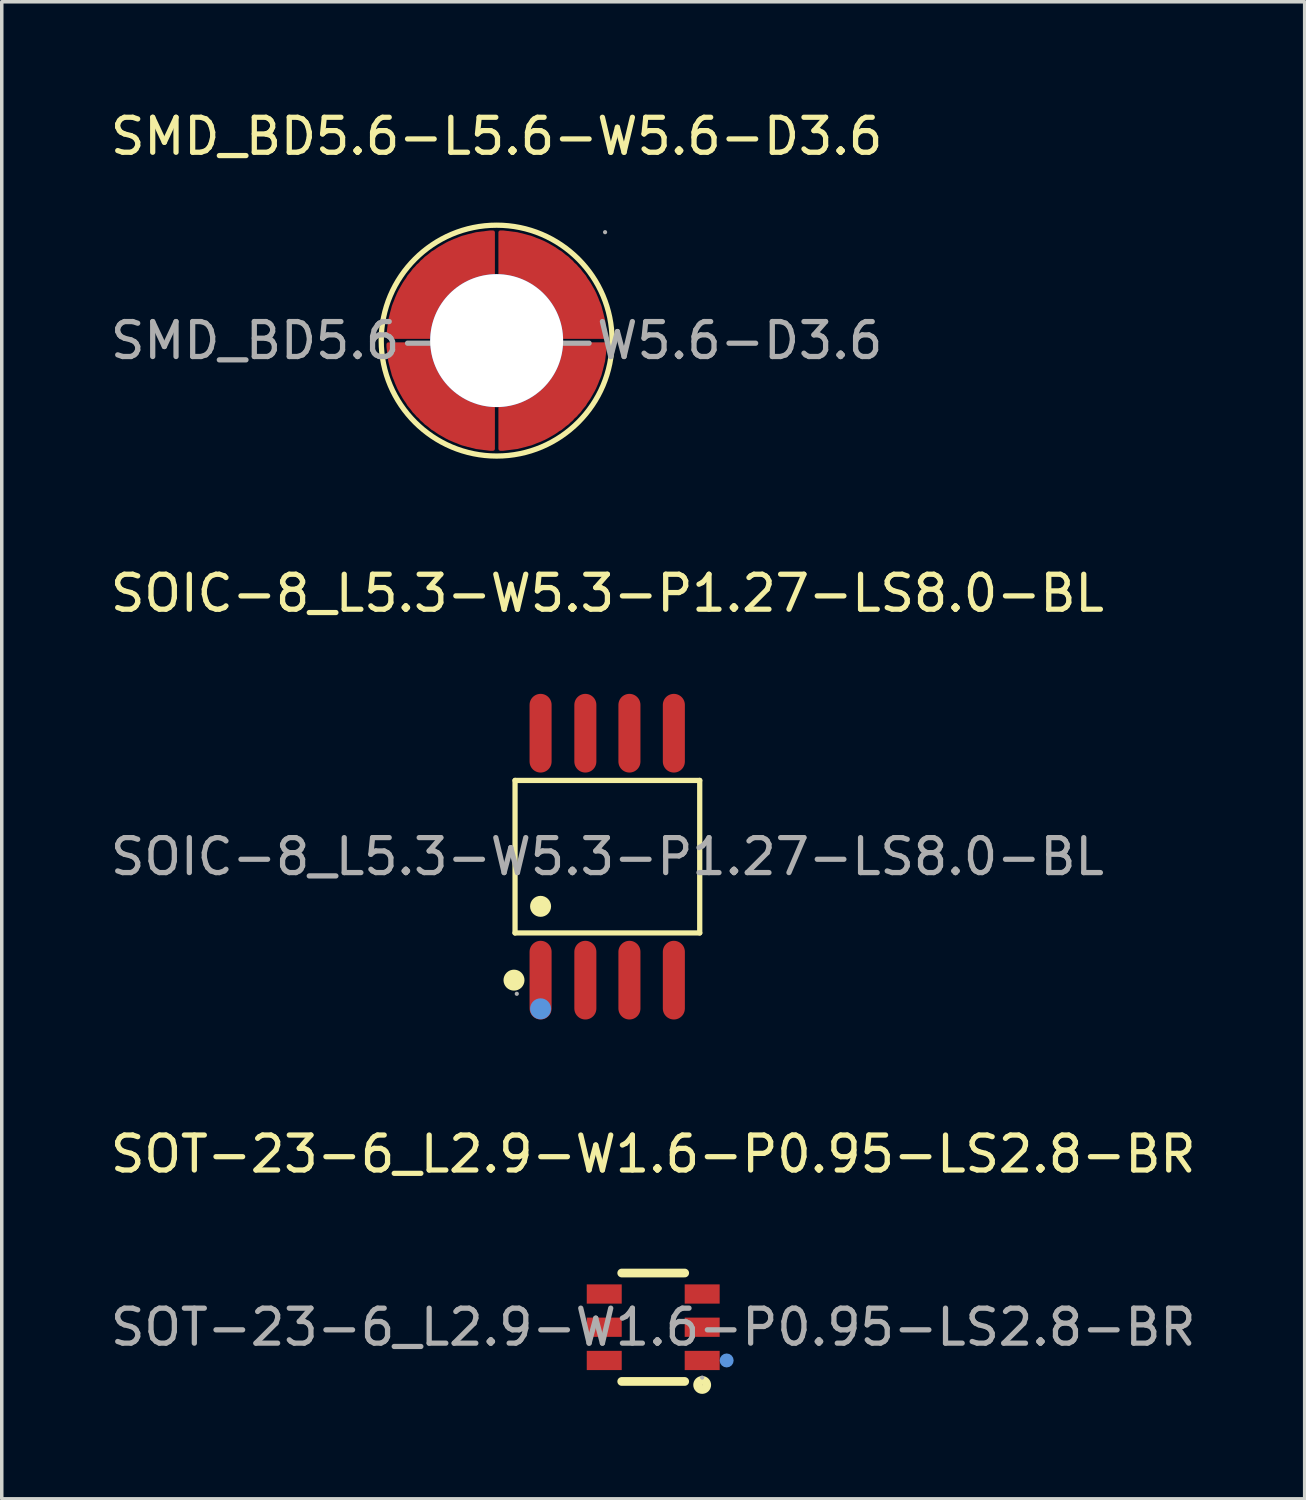
<source format=kicad_pcb>
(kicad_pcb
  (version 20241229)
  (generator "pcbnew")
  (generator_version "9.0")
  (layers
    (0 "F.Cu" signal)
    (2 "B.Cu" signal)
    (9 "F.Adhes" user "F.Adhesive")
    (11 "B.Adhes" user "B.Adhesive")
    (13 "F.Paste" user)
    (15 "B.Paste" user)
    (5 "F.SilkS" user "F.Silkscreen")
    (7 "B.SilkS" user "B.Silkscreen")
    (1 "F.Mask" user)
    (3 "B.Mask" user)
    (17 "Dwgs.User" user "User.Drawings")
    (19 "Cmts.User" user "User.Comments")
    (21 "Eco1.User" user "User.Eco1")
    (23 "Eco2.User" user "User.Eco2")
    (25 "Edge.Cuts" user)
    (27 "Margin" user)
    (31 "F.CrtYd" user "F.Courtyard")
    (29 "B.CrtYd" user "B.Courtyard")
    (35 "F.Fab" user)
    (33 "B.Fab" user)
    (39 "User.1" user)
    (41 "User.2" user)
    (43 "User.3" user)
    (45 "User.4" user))
  (footprint "SOIC-8_L5.3-W5.3-P1.27-LS8.0-BL"
    (layer "F.Cu")
    (at 14.315 21.442)
    (property "Reference" "SOIC-8_L5.3-W5.3-P1.27-LS8.0-BL" (at 0 -7.53 0) (layer "F.SilkS") (effects (font (size 1 1) (thickness 0.15))))
    (attr through_hole)
    (fp_line (start -2.64 -2.18) (end 2.64 -2.18) (stroke (width 0.15) (type solid)) (layer "F.SilkS"))
    (fp_line (start -2.64 2.18) (end -2.64 -2.18) (stroke (width 0.15) (type solid)) (layer "F.SilkS"))
    (fp_line (start 2.64 -2.18) (end 2.64 2.18) (stroke (width 0.15) (type solid)) (layer "F.SilkS"))
    (fp_line (start 2.64 2.18) (end -2.64 2.18) (stroke (width 0.15) (type solid)) (layer "F.SilkS"))
    (fp_circle (center -2.67 3.53) (end -2.52 3.53) (stroke (width 0.3) (type solid)) (fill no) (layer "F.SilkS"))
    (fp_circle (center -1.91 1.42) (end -1.76 1.42) (stroke (width 0.3) (type solid)) (fill no) (layer "F.SilkS"))
    (fp_circle (center -1.91 4.35) (end -1.76 4.35) (stroke (width 0.3) (type solid)) (fill no) (layer "Cmts.User"))
    (fp_circle (center -2.59 3.92) (end -2.56 3.92) (stroke (width 0.06) (type solid)) (fill no) (layer "F.Fab"))
    (fp_text user "${REFERENCE}" (at 0 0 0) (layer "F.Fab") (effects (font (size 1 1) (thickness 0.15))))
    (pad "1" smd oval (at -1.91 3.53) (size 0.63 2.25) (layers "F.Cu" "F.Mask" "F.Paste"))
    (pad "2" smd oval (at -0.63 3.53) (size 0.63 2.25) (layers "F.Cu" "F.Mask" "F.Paste"))
    (pad "3" smd oval (at 0.63 3.53) (size 0.63 2.25) (layers "F.Cu" "F.Mask" "F.Paste"))
    (pad "4" smd oval (at 1.9 3.53) (size 0.63 2.25) (layers "F.Cu" "F.Mask" "F.Paste"))
    (pad "5" smd oval (at 1.9 -3.53) (size 0.63 2.25) (layers "F.Cu" "F.Mask" "F.Paste"))
    (pad "6" smd oval (at 0.63 -3.53) (size 0.63 2.25) (layers "F.Cu" "F.Mask" "F.Paste"))
    (pad "7" smd oval (at -0.63 -3.53) (size 0.63 2.25) (layers "F.Cu" "F.Mask" "F.Paste"))
    (pad "8" smd oval (at -1.91 -3.53) (size 0.63 2.25) (layers "F.Cu" "F.Mask" "F.Paste")))
  (footprint "SMD_BD5.6-L5.6-W5.6-D3.6"
    (layer "F.Cu")
    (at 11.149 6.688)
    (property "Reference" "SMD_BD5.6-L5.6-W5.6-D3.6" (at 0 -5.84 0) (layer "F.SilkS") (effects (font (size 1 1) (thickness 0.15))))
    (attr through_hole)
    (fp_circle (center 0 0) (end 3.3 0) (stroke (width 0.15) (type solid)) (fill no) (layer "F.SilkS"))
    (fp_circle (center 0 0) (end 0.9 0) (stroke (width 1.8) (type solid)) (fill no) (layer "Cmts.User"))
    (fp_circle (center 3.1 -3.1) (end 3.13 -3.1) (stroke (width 0.06) (type solid)) (fill no) (layer "F.Fab"))
    (fp_text user "${REFERENCE}" (at 0 0 0) (layer "F.Fab") (effects (font (size 1 1) (thickness 0.15))))
    (pad "" thru_hole circle (at 0 0) (size 3.8 3.8) (drill 3.8) (layers "*.Cu" "*.Mask"))
    (pad "1" smd custom (at 0 0) (size 0.001 0.001) (layers "F.Cu" "F.Mask" "F.Paste") (options (anchor circle)) (primitives (gr_poly (pts (xy 3.1 -0.1) (xy 1.9 -0.1) (xy 1.9 -0.16) (xy 1.89 -0.23) (xy 1.88 -0.29) (xy 1.87 -0.35) (xy 1.86 -0.41) (xy 1.84 -0.48) (xy 1.83 -0.54) (xy 1.81 -0.6) (xy 1.79 -0.66) (xy 1.76 -0.72) (xy 1.74 -0.77) (xy 1.71 -0.83) (xy 1.68 -0.89) (xy 1.65 -0.94) (xy 1.62 -1) (xy 1.59 -1.05) (xy 1.55 -1.1) (xy 1.51 -1.16) (xy 1.47 -1.21) (xy 1.43 -1.25) (xy 1.39 -1.3) (xy 1.35 -1.35) (xy 1.3 -1.39) (xy 1.25 -1.43) (xy 1.21 -1.47) (xy 1.16 -1.51) (xy 1.1 -1.55) (xy 1.05 -1.59) (xy 1 -1.62) (xy 0.94 -1.65) (xy 0.89 -1.68) (xy 0.83 -1.71) (xy 0.77 -1.74) (xy 0.72 -1.76) (xy 0.66 -1.79) (xy 0.6 -1.81) (xy 0.54 -1.83) (xy 0.48 -1.84) (xy 0.41 -1.86) (xy 0.35 -1.87) (xy 0.29 -1.88) (xy 0.23 -1.89) (xy 0.16 -1.9) (xy 0.1 -1.9) (xy 0.1 -3.1) (xy 0.18 -3.1) (xy 0.26 -3.09) (xy 0.34 -3.08) (xy 0.42 -3.07) (xy 0.5 -3.06) (xy 0.58 -3.05) (xy 0.66 -3.03) (xy 0.74 -3.01) (xy 0.82 -2.99) (xy 0.89 -2.97) (xy 0.97 -2.95) (xy 1.05 -2.92) (xy 1.12 -2.89) (xy 1.2 -2.86) (xy 1.27 -2.83) (xy 1.34 -2.8) (xy 1.42 -2.76) (xy 1.49 -2.72) (xy 1.56 -2.68) (xy 1.63 -2.64) (xy 1.69 -2.6) (xy 1.76 -2.55) (xy 1.83 -2.51) (xy 1.89 -2.46) (xy 1.95 -2.41) (xy 2.02 -2.36) (xy 2.08 -2.3) (xy 2.14 -2.25) (xy 2.19 -2.19) (xy 2.25 -2.14) (xy 2.3 -2.08) (xy 2.36 -2.02) (xy 2.41 -1.95) (xy 2.46 -1.89) (xy 2.51 -1.83) (xy 2.55 -1.76) (xy 2.6 -1.69) (xy 2.64 -1.63) (xy 2.68 -1.56) (xy 2.72 -1.49) (xy 2.76 -1.42) (xy 2.8 -1.34) (xy 2.83 -1.27) (xy 2.86 -1.2) (xy 2.89 -1.12) (xy 2.92 -1.05) (xy 2.95 -0.97) (xy 2.97 -0.89) (xy 2.99 -0.82) (xy 3.01 -0.74) (xy 3.03 -0.66) (xy 3.05 -0.58) (xy 3.06 -0.5) (xy 3.07 -0.42) (xy 3.08 -0.34) (xy 3.09 -0.26) (xy 3.1 -0.18) (xy 3.1 -0.1)) (width 0.1) (fill yes))))
    (pad "1" smd custom (at 0 0) (size 0.001 0.001) (layers "F.Cu" "F.Mask" "F.Paste") (options (anchor circle)) (primitives (gr_poly (pts (xy -0.1 -3.1) (xy -0.1 -1.9) (xy -0.16 -1.9) (xy -0.23 -1.89) (xy -0.29 -1.88) (xy -0.35 -1.87) (xy -0.41 -1.86) (xy -0.48 -1.84) (xy -0.54 -1.83) (xy -0.6 -1.81) (xy -0.66 -1.79) (xy -0.72 -1.76) (xy -0.77 -1.74) (xy -0.83 -1.71) (xy -0.89 -1.68) (xy -0.94 -1.65) (xy -1 -1.62) (xy -1.05 -1.59) (xy -1.1 -1.55) (xy -1.16 -1.51) (xy -1.21 -1.47) (xy -1.25 -1.43) (xy -1.3 -1.39) (xy -1.35 -1.35) (xy -1.39 -1.3) (xy -1.43 -1.25) (xy -1.47 -1.21) (xy -1.51 -1.16) (xy -1.55 -1.1) (xy -1.59 -1.05) (xy -1.62 -1) (xy -1.65 -0.94) (xy -1.68 -0.89) (xy -1.71 -0.83) (xy -1.74 -0.77) (xy -1.76 -0.72) (xy -1.79 -0.66) (xy -1.81 -0.6) (xy -1.83 -0.54) (xy -1.84 -0.48) (xy -1.86 -0.41) (xy -1.87 -0.35) (xy -1.88 -0.29) (xy -1.89 -0.23) (xy -1.9 -0.16) (xy -1.9 -0.1) (xy -3.1 -0.1) (xy -3.1 -0.18) (xy -3.09 -0.26) (xy -3.08 -0.34) (xy -3.07 -0.42) (xy -3.06 -0.5) (xy -3.05 -0.58) (xy -3.03 -0.66) (xy -3.01 -0.74) (xy -2.99 -0.82) (xy -2.97 -0.89) (xy -2.95 -0.97) (xy -2.92 -1.05) (xy -2.89 -1.12) (xy -2.86 -1.2) (xy -2.83 -1.27) (xy -2.8 -1.34) (xy -2.76 -1.42) (xy -2.72 -1.49) (xy -2.68 -1.56) (xy -2.64 -1.63) (xy -2.6 -1.69) (xy -2.55 -1.76) (xy -2.51 -1.83) (xy -2.46 -1.89) (xy -2.41 -1.95) (xy -2.36 -2.02) (xy -2.3 -2.08) (xy -2.25 -2.14) (xy -2.19 -2.19) (xy -2.14 -2.25) (xy -2.08 -2.3) (xy -2.02 -2.36) (xy -1.95 -2.41) (xy -1.89 -2.46) (xy -1.83 -2.51) (xy -1.76 -2.55) (xy -1.69 -2.6) (xy -1.63 -2.64) (xy -1.56 -2.68) (xy -1.49 -2.72) (xy -1.42 -2.76) (xy -1.34 -2.8) (xy -1.27 -2.83) (xy -1.2 -2.86) (xy -1.12 -2.89) (xy -1.05 -2.92) (xy -0.97 -2.95) (xy -0.89 -2.97) (xy -0.82 -2.99) (xy -0.74 -3.01) (xy -0.66 -3.03) (xy -0.58 -3.05) (xy -0.5 -3.06) (xy -0.42 -3.07) (xy -0.34 -3.08) (xy -0.26 -3.09) (xy -0.18 -3.1) (xy -0.1 -3.1)) (width 0.1) (fill yes))))
    (pad "1" smd custom (at 0 0 90) (size 0.001 0.001) (layers "F.Cu" "F.Mask" "F.Paste") (options (anchor circle)) (primitives (gr_poly (pts (xy -3.1 0.1) (xy -1.9 0.1) (xy -1.9 0.16) (xy -1.89 0.23) (xy -1.88 0.29) (xy -1.87 0.35) (xy -1.86 0.41) (xy -1.84 0.48) (xy -1.83 0.54) (xy -1.81 0.6) (xy -1.79 0.66) (xy -1.76 0.72) (xy -1.74 0.77) (xy -1.71 0.83) (xy -1.68 0.89) (xy -1.65 0.94) (xy -1.62 1) (xy -1.59 1.05) (xy -1.55 1.1) (xy -1.51 1.16) (xy -1.47 1.21) (xy -1.43 1.25) (xy -1.39 1.3) (xy -1.35 1.35) (xy -1.3 1.39) (xy -1.25 1.43) (xy -1.21 1.47) (xy -1.16 1.51) (xy -1.1 1.55) (xy -1.05 1.59) (xy -1 1.62) (xy -0.94 1.65) (xy -0.89 1.68) (xy -0.83 1.71) (xy -0.77 1.74) (xy -0.72 1.76) (xy -0.66 1.79) (xy -0.6 1.81) (xy -0.54 1.83) (xy -0.48 1.84) (xy -0.41 1.86) (xy -0.35 1.87) (xy -0.29 1.88) (xy -0.23 1.89) (xy -0.16 1.9) (xy -0.1 1.9) (xy -0.1 3.1) (xy -0.18 3.1) (xy -0.26 3.09) (xy -0.34 3.08) (xy -0.42 3.07) (xy -0.5 3.06) (xy -0.58 3.05) (xy -0.66 3.03) (xy -0.74 3.01) (xy -0.82 2.99) (xy -0.89 2.97) (xy -0.97 2.95) (xy -1.05 2.92) (xy -1.12 2.89) (xy -1.2 2.86) (xy -1.27 2.83) (xy -1.34 2.8) (xy -1.42 2.76) (xy -1.49 2.72) (xy -1.56 2.68) (xy -1.63 2.64) (xy -1.69 2.6) (xy -1.76 2.55) (xy -1.83 2.51) (xy -1.89 2.46) (xy -1.95 2.41) (xy -2.02 2.36) (xy -2.08 2.3) (xy -2.14 2.25) (xy -2.19 2.19) (xy -2.25 2.14) (xy -2.3 2.08) (xy -2.36 2.02) (xy -2.41 1.95) (xy -2.46 1.89) (xy -2.51 1.83) (xy -2.55 1.76) (xy -2.6 1.69) (xy -2.64 1.63) (xy -2.68 1.56) (xy -2.72 1.49) (xy -2.76 1.42) (xy -2.8 1.34) (xy -2.83 1.27) (xy -2.86 1.2) (xy -2.89 1.12) (xy -2.92 1.05) (xy -2.95 0.97) (xy -2.97 0.89) (xy -2.99 0.82) (xy -3.01 0.74) (xy -3.03 0.66) (xy -3.05 0.58) (xy -3.06 0.5) (xy -3.07 0.42) (xy -3.08 0.34) (xy -3.09 0.26) (xy -3.1 0.18) (xy -3.1 0.1)) (width 0.1) (fill yes))))
    (pad "1" smd custom (at 0 0 270) (size 0.001 0.001) (layers "F.Cu" "F.Mask" "F.Paste") (options (anchor circle)) (primitives (gr_poly (pts (xy 0.1 3.1) (xy 0.1 1.9) (xy 0.16 1.9) (xy 0.23 1.89) (xy 0.29 1.88) (xy 0.35 1.87) (xy 0.41 1.86) (xy 0.48 1.84) (xy 0.54 1.83) (xy 0.6 1.81) (xy 0.66 1.79) (xy 0.72 1.76) (xy 0.77 1.74) (xy 0.83 1.71) (xy 0.89 1.68) (xy 0.94 1.65) (xy 1 1.62) (xy 1.05 1.59) (xy 1.1 1.55) (xy 1.16 1.51) (xy 1.21 1.47) (xy 1.25 1.43) (xy 1.3 1.39) (xy 1.35 1.35) (xy 1.39 1.3) (xy 1.43 1.25) (xy 1.47 1.21) (xy 1.51 1.16) (xy 1.55 1.1) (xy 1.59 1.05) (xy 1.62 1) (xy 1.65 0.94) (xy 1.68 0.89) (xy 1.71 0.83) (xy 1.74 0.77) (xy 1.76 0.72) (xy 1.79 0.66) (xy 1.81 0.6) (xy 1.83 0.54) (xy 1.84 0.48) (xy 1.86 0.41) (xy 1.87 0.35) (xy 1.88 0.29) (xy 1.89 0.23) (xy 1.9 0.16) (xy 1.9 0.1) (xy 3.1 0.1) (xy 3.1 0.18) (xy 3.09 0.26) (xy 3.08 0.34) (xy 3.07 0.42) (xy 3.06 0.5) (xy 3.05 0.58) (xy 3.03 0.66) (xy 3.01 0.74) (xy 2.99 0.82) (xy 2.97 0.89) (xy 2.95 0.97) (xy 2.92 1.05) (xy 2.89 1.12) (xy 2.86 1.2) (xy 2.83 1.27) (xy 2.8 1.34) (xy 2.76 1.42) (xy 2.72 1.49) (xy 2.68 1.56) (xy 2.64 1.63) (xy 2.6 1.69) (xy 2.55 1.76) (xy 2.51 1.83) (xy 2.46 1.89) (xy 2.41 1.95) (xy 2.36 2.02) (xy 2.3 2.08) (xy 2.25 2.14) (xy 2.19 2.19) (xy 2.14 2.25) (xy 2.08 2.3) (xy 2.02 2.36) (xy 1.95 2.41) (xy 1.89 2.46) (xy 1.83 2.51) (xy 1.76 2.55) (xy 1.69 2.6) (xy 1.63 2.64) (xy 1.56 2.68) (xy 1.49 2.72) (xy 1.42 2.76) (xy 1.34 2.8) (xy 1.27 2.83) (xy 1.2 2.86) (xy 1.12 2.89) (xy 1.05 2.92) (xy 0.97 2.95) (xy 0.89 2.97) (xy 0.82 2.99) (xy 0.74 3.01) (xy 0.66 3.03) (xy 0.58 3.05) (xy 0.5 3.06) (xy 0.42 3.07) (xy 0.34 3.08) (xy 0.26 3.09) (xy 0.18 3.1) (xy 0.1 3.1)) (width 0.1) (fill yes)))))
  (footprint "SOT-23-6_L2.9-W1.6-P0.95-LS2.8-BR"
    (layer "F.Cu")
    (at 15.625 34.895)
    (property "Reference" "SOT-23-6_L2.9-W1.6-P0.95-LS2.8-BR" (at 0 -4.95 0) (layer "F.SilkS") (effects (font (size 1 1) (thickness 0.15))))
    (attr through_hole)
    (fp_line (start -0.9 -1.55) (end 0.9 -1.55) (stroke (width 0.25) (type solid)) (layer "F.SilkS"))
    (fp_line (start -0.9 1.55) (end 0.9 1.55) (stroke (width 0.25) (type solid)) (layer "F.SilkS"))
    (fp_circle (center 1.4 1.65) (end 1.53 1.65) (stroke (width 0.25) (type solid)) (fill no) (layer "F.SilkS"))
    (fp_circle (center 2.1 0.95) (end 2.2 0.95) (stroke (width 0.2) (type solid)) (fill no) (layer "Cmts.User"))
    (fp_circle (center 1.4 1.44) (end 1.43 1.44) (stroke (width 0.06) (type solid)) (fill no) (layer "F.Fab"))
    (fp_text user "${REFERENCE}" (at 0 0 0) (layer "F.Fab") (effects (font (size 1 1) (thickness 0.15))))
    (pad "1" smd rect (at 1.4 0.95) (size 1 0.55) (layers "F.Cu" "F.Mask" "F.Paste"))
    (pad "2" smd rect (at 1.4 0) (size 1 0.55) (layers "F.Cu" "F.Mask" "F.Paste"))
    (pad "3" smd rect (at 1.4 -0.95) (size 1 0.55) (layers "F.Cu" "F.Mask" "F.Paste"))
    (pad "4" smd rect (at -1.4 -0.95) (size 1 0.55) (layers "F.Cu" "F.Mask" "F.Paste"))
    (pad "5" smd rect (at -1.4 0) (size 1 0.55) (layers "F.Cu" "F.Mask" "F.Paste"))
    (pad "6" smd rect (at -1.4 0.95) (size 1 0.55) (layers "F.Cu" "F.Mask" "F.Paste")))
  (gr_rect
    (start -3 -3)
    (end 34.25 39.8)
    (stroke (width 0.1) (type default))
    (fill no)
    (layer "Edge.Cuts")))
</source>
